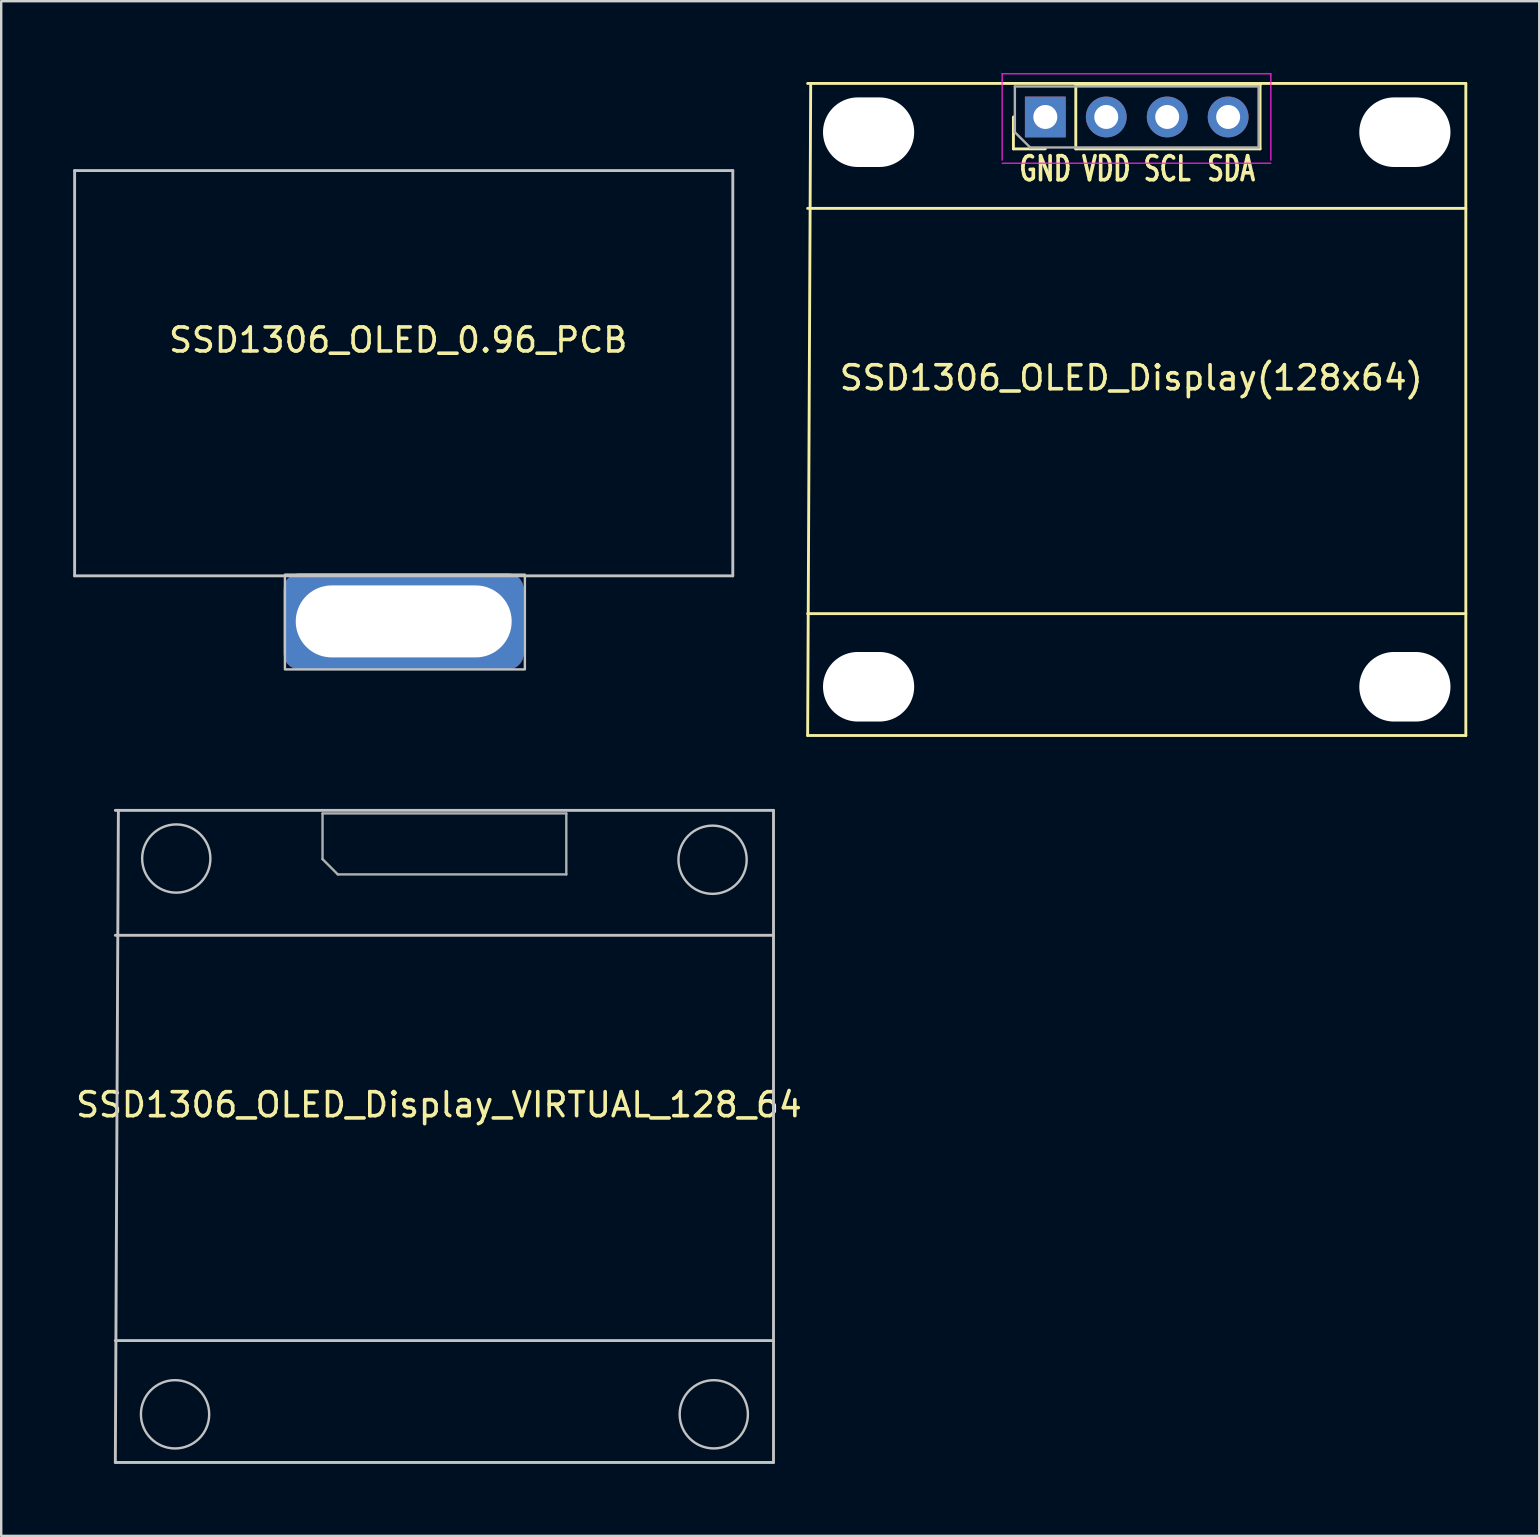
<source format=kicad_pcb>
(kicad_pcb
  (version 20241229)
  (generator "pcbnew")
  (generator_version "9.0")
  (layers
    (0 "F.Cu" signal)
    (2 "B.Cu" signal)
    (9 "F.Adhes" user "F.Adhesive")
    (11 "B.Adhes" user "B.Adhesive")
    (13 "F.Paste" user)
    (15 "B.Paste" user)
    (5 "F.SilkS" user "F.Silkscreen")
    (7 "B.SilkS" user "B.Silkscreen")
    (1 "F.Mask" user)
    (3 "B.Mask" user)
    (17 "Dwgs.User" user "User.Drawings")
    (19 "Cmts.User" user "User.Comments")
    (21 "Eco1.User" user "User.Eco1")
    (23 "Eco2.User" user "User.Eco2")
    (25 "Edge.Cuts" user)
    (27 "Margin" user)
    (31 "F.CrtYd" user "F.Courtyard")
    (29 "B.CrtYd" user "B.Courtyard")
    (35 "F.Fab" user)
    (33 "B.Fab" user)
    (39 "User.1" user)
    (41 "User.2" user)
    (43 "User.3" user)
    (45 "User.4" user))
  (footprint "SSD1306_OLED_Display(128x64)"
    (layer "F.Cu")
    (at 44.328 1.825)
    (property "Reference" "SSD1306_OLED_Display(128x64)" (at -0.229 10.871 0) (layer "F.SilkS") (effects (font (size 1 1) (thickness 0.15))))
    (attr through_hole)
    (fp_line (start -13.716 -1.397) (end 13.716 -1.397) (stroke (width 0.12) (type solid)) (layer "F.SilkS"))
    (fp_line (start -13.716 3.81) (end 13.716 3.81) (stroke (width 0.12) (type solid)) (layer "F.SilkS"))
    (fp_line (start -13.716 20.701) (end 13.716 20.701) (stroke (width 0.12) (type solid)) (layer "F.SilkS"))
    (fp_line (start -13.716 25.781) (end -13.589 -1.397) (stroke (width 0.12) (type solid)) (layer "F.SilkS"))
    (fp_line (start -5.14 1.33) (end -5.14 0) (stroke (width 0.12) (type solid)) (layer "F.SilkS"))
    (fp_line (start -3.81 1.33) (end -5.14 1.33) (stroke (width 0.12) (type solid)) (layer "F.SilkS"))
    (fp_line (start -2.54 -1.33) (end 5.14 -1.33) (stroke (width 0.12) (type solid)) (layer "F.SilkS"))
    (fp_line (start -2.54 1.33) (end -2.54 -1.33) (stroke (width 0.12) (type solid)) (layer "F.SilkS"))
    (fp_line (start -2.54 1.33) (end 5.14 1.33) (stroke (width 0.12) (type solid)) (layer "F.SilkS"))
    (fp_line (start 5.14 1.33) (end 5.14 -1.33) (stroke (width 0.12) (type solid)) (layer "F.SilkS"))
    (fp_line (start 13.716 25.781) (end -13.716 25.781) (stroke (width 0.12) (type solid)) (layer "F.SilkS"))
    (fp_line (start 13.716 25.781) (end 13.716 -1.397) (stroke (width 0.12) (type solid)) (layer "F.SilkS"))
    (fp_line (start -5.61 -1.8) (end -5.61 1.8) (stroke (width 0.05) (type solid)) (layer "F.CrtYd"))
    (fp_line (start -5.61 1.927) (end 5.59 1.927) (stroke (width 0.05) (type solid)) (layer "F.CrtYd"))
    (fp_line (start 5.59 -1.8) (end -5.61 -1.8) (stroke (width 0.05) (type solid)) (layer "F.CrtYd"))
    (fp_line (start 5.59 1.8) (end 5.59 -1.8) (stroke (width 0.05) (type solid)) (layer "F.CrtYd"))
    (fp_line (start -5.08 -1.27) (end 5.08 -1.27) (stroke (width 0.1) (type solid)) (layer "F.Fab"))
    (fp_line (start -5.08 0.635) (end -5.08 -1.27) (stroke (width 0.1) (type solid)) (layer "F.Fab"))
    (fp_line (start -4.445 1.27) (end -5.08 0.635) (stroke (width 0.1) (type solid)) (layer "F.Fab"))
    (fp_line (start 5.08 -1.27) (end 5.08 1.27) (stroke (width 0.1) (type solid)) (layer "F.Fab"))
    (fp_line (start 5.08 1.27) (end -4.445 1.27) (stroke (width 0.1) (type solid)) (layer "F.Fab"))
    (fp_text user "SDA" (at 3.937 2.159 0) (layer "F.SilkS") (effects (font (size 1 0.7) (thickness 0.15))))
    (fp_text user "GND" (at -3.81 2.159 0) (layer "F.SilkS") (effects (font (size 1 0.7) (thickness 0.15))))
    (fp_text user "SCL" (at 1.27 2.159 0) (layer "F.SilkS") (effects (font (size 1 0.7) (thickness 0.15))))
    (fp_text user "VDD" (at -1.27 2.159 0) (layer "F.SilkS") (effects (font (size 1 0.7) (thickness 0.15))))
    (pad "" np_thru_hole oval (at -11.176 0.635) (size 3.8 2.9) (drill oval 3.8 2.9) (layers "*.Cu" "*.Mask"))
    (pad "" np_thru_hole oval (at -11.176 23.749) (size 3.8 2.9) (drill oval 3.8 2.9) (layers "*.Cu" "*.Mask"))
    (pad "" np_thru_hole oval (at 11.176 0.635) (size 3.8 2.9) (drill oval 3.8 2.9) (layers "*.Cu" "*.Mask"))
    (pad "" np_thru_hole oval (at 11.176 23.749) (size 3.8 2.9) (drill oval 3.8 2.9) (layers "*.Cu" "*.Mask"))
    (pad "1" thru_hole rect (at -3.81 0 90) (size 1.7 1.7) (drill 1) (layers "*.Cu" "*.Mask"))
    (pad "2" thru_hole oval (at -1.27 0 90) (size 1.7 1.7) (drill 1) (layers "*.Cu" "*.Mask"))
    (pad "3" thru_hole oval (at 1.27 0 90) (size 1.7 1.7) (drill 1) (layers "*.Cu" "*.Mask"))
    (pad "4" thru_hole oval (at 3.81 0 90) (size 1.7 1.7) (drill 1) (layers "*.Cu" "*.Mask")))
  (footprint "SSD1306_OLED_Display_VIRTUAL_128_64"
    (layer "F.Cu")
    (at 15.473 32.123)
    (property "Reference" "SSD1306_OLED_Display_VIRTUAL_128_64" (at -0.229 10.871 0) (layer "F.SilkS") (effects (font (size 1 1) (thickness 0.15))))
    (attr through_hole)
    (fp_line (start -13.716 -1.397) (end 13.716 -1.397) (stroke (width 0.12) (type solid)) (layer "Dwgs.User"))
    (fp_line (start -13.716 3.81) (end 13.716 3.81) (stroke (width 0.12) (type solid)) (layer "Dwgs.User"))
    (fp_line (start -13.716 20.701) (end 13.716 20.701) (stroke (width 0.12) (type solid)) (layer "Dwgs.User"))
    (fp_line (start -13.716 25.781) (end -13.589 -1.397) (stroke (width 0.12) (type solid)) (layer "Dwgs.User"))
    (fp_line (start 13.716 25.781) (end -13.716 25.781) (stroke (width 0.12) (type solid)) (layer "Dwgs.User"))
    (fp_line (start 13.716 25.781) (end 13.716 -1.397) (stroke (width 0.12) (type solid)) (layer "Dwgs.User"))
    (fp_circle (center -11.227 23.774) (end -9.804 23.774) (stroke (width 0.1) (type default)) (fill no) (layer "Dwgs.User"))
    (fp_circle (center -11.176 0.61) (end -9.754 0.61) (stroke (width 0.1) (type default)) (fill no) (layer "Dwgs.User"))
    (fp_circle (center 11.176 0.66) (end 12.598 0.66) (stroke (width 0.1) (type default)) (fill no) (layer "Dwgs.User"))
    (fp_circle (center 11.227 23.774) (end 12.649 23.774) (stroke (width 0.1) (type default)) (fill no) (layer "Dwgs.User"))
    (fp_line (start -5.08 -1.27) (end 5.08 -1.27) (stroke (width 0.1) (type solid)) (layer "F.Fab"))
    (fp_line (start -5.08 0.635) (end -5.08 -1.27) (stroke (width 0.1) (type solid)) (layer "F.Fab"))
    (fp_line (start -4.445 1.27) (end -5.08 0.635) (stroke (width 0.1) (type solid)) (layer "F.Fab"))
    (fp_line (start 5.08 -1.27) (end 5.08 1.27) (stroke (width 0.1) (type solid)) (layer "F.Fab"))
    (fp_line (start 5.08 1.27) (end -4.445 1.27) (stroke (width 0.1) (type solid)) (layer "F.Fab")))
  (footprint "SSD1306_OLED_0.96_PCB"
    (layer "F.Cu")
    (at 13.776 0.25)
    (property "Reference" "SSD1306_OLED_0.96_PCB" (at -0.229 10.871 0) (layer "F.SilkS") (effects (font (size 1 1) (thickness 0.15))))
    (attr through_hole)
    (fp_line (start -13.716 3.81) (end 13.716 3.81) (stroke (width 0.12) (type solid)) (layer "Dwgs.User"))
    (fp_line (start -13.716 20.701) (end -13.716 3.81) (stroke (width 0.12) (type solid)) (layer "Dwgs.User"))
    (fp_line (start -13.716 20.701) (end 13.716 20.701) (stroke (width 0.12) (type solid)) (layer "Dwgs.User"))
    (fp_line (start 13.716 20.701) (end 13.716 3.81) (stroke (width 0.12) (type solid)) (layer "Dwgs.User"))
    (fp_rect (start -4.95 20.65) (end 5.05 24.6) (stroke (width 0.1) (type default)) (fill no) (layer "Dwgs.User"))
    (pad "" np_thru_hole roundrect (at 0 22.6) (size 10 4) (drill oval 9 3) (layers "*.Cu" "*.Mask") (roundrect_rratio 0.164)))
  (gr_rect
    (start -3 -3)
    (end 61.104 60.964)
    (stroke (width 0.1) (type default))
    (fill no)
    (layer "Edge.Cuts")))
</source>
